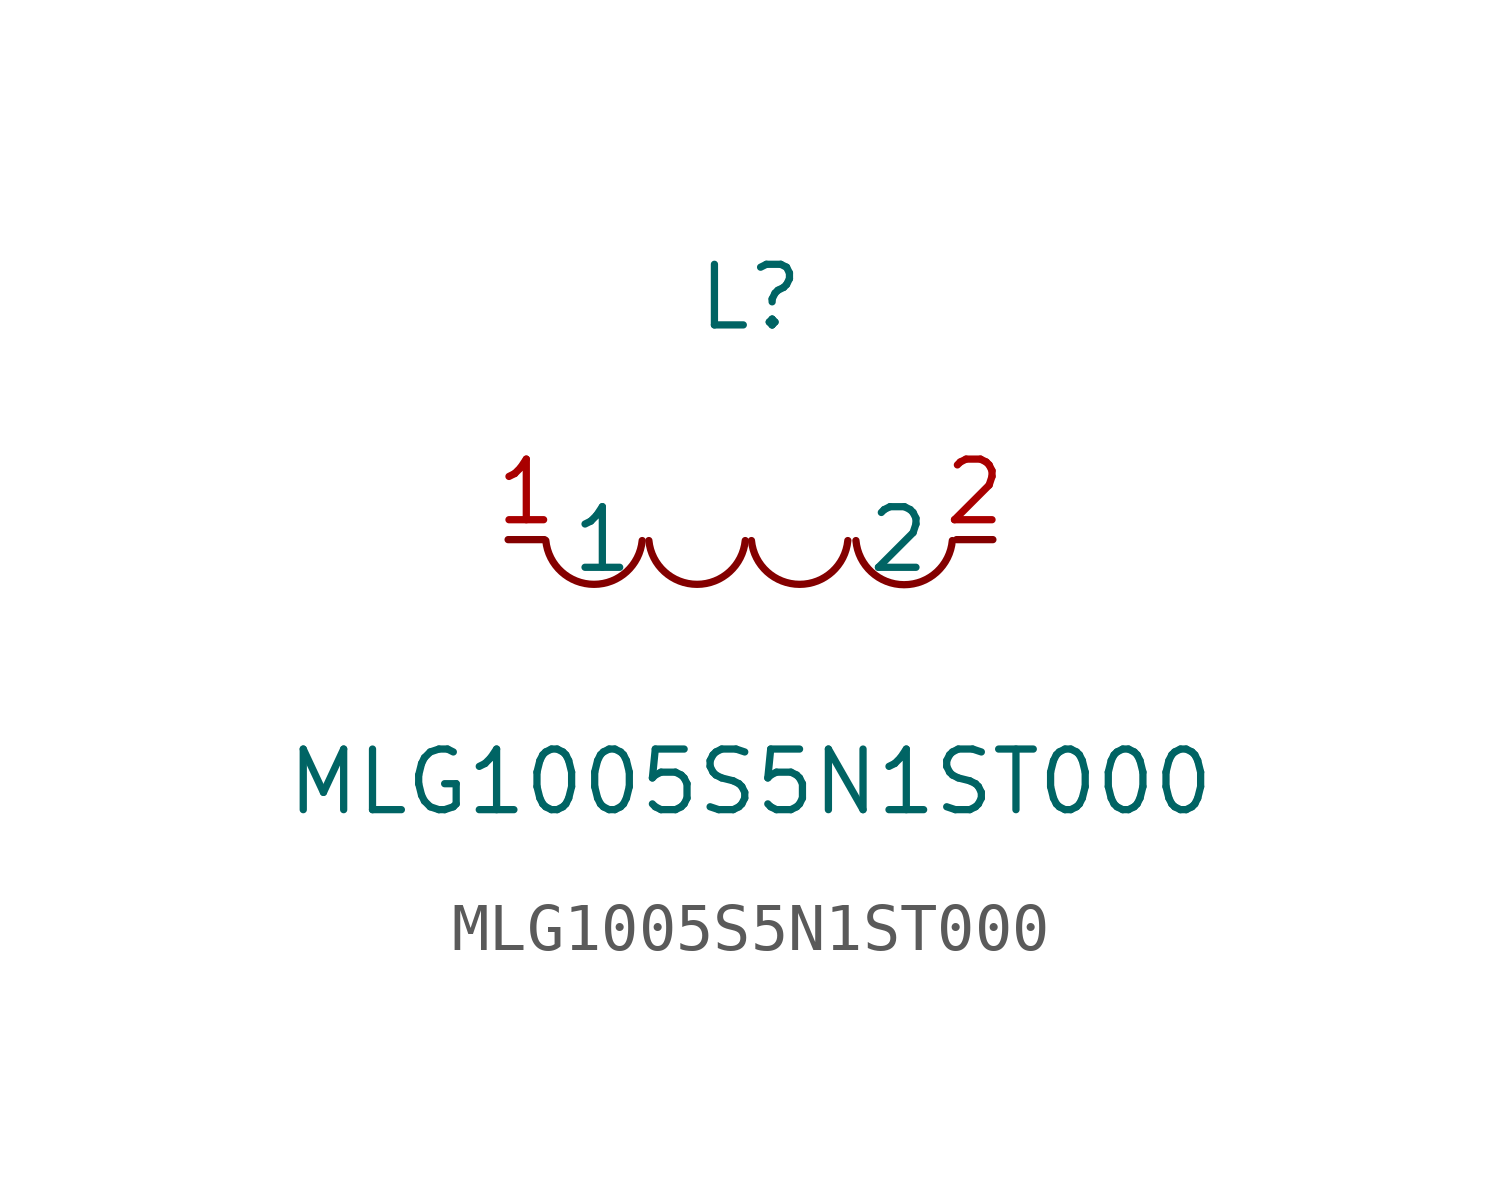
<source format=kicad_sym>
(kicad_symbol_lib
  (version 20211014)
  (generator https://github.com/uPesy/easyeda2kicad.py)
  (symbol "MLG1005S5N1ST000"
    (property "Reference" "L"
      (at 0 5.08 0)
      (effects (font (size 1.27 1.27))))
    (property "Value" "MLG1005S5N1ST000"
      (at 0 -5.08 0)
      (effects (font (size 1.27 1.27))))
    (symbol "MLG1005S5N1ST000_0_1"
      (arc (start -4.29 -0.02) (mid -2.52 -0.79) (end -2.27 -0.02) (stroke (width 0) (type default) (color 0 0 0 0)) (fill (type none)))
      (arc (start -2.13 -0.02) (mid -0.36 -0.79) (end -0.11 -0.02) (stroke (width 0) (type default) (color 0 0 0 0)) (fill (type none)))
      (arc (start 0.02 -0.02) (mid 1.79 -0.79) (end 2.04 -0.02) (stroke (width 0) (type default) (color 0 0 0 0)) (fill (type none)))
      (arc (start 2.21 -0.02) (mid 3.30 -1.12) (end 4.23 -0.02) (stroke (width 0) (type default) (color 0 0 0 0)) (fill (type none)))
      (pin unspecified line (at 5.08 -0.00 180) (length 0.762) (name "2" (effects (font (size 1.27 1.27)))) (number "2" (effects (font (size 1.27 1.27)))))
      (pin unspecified line (at -5.08 -0.00 0) (length 0.762) (name "1" (effects (font (size 1.27 1.27)))) (number "1" (effects (font (size 1.27 1.27))))))))
</source>
